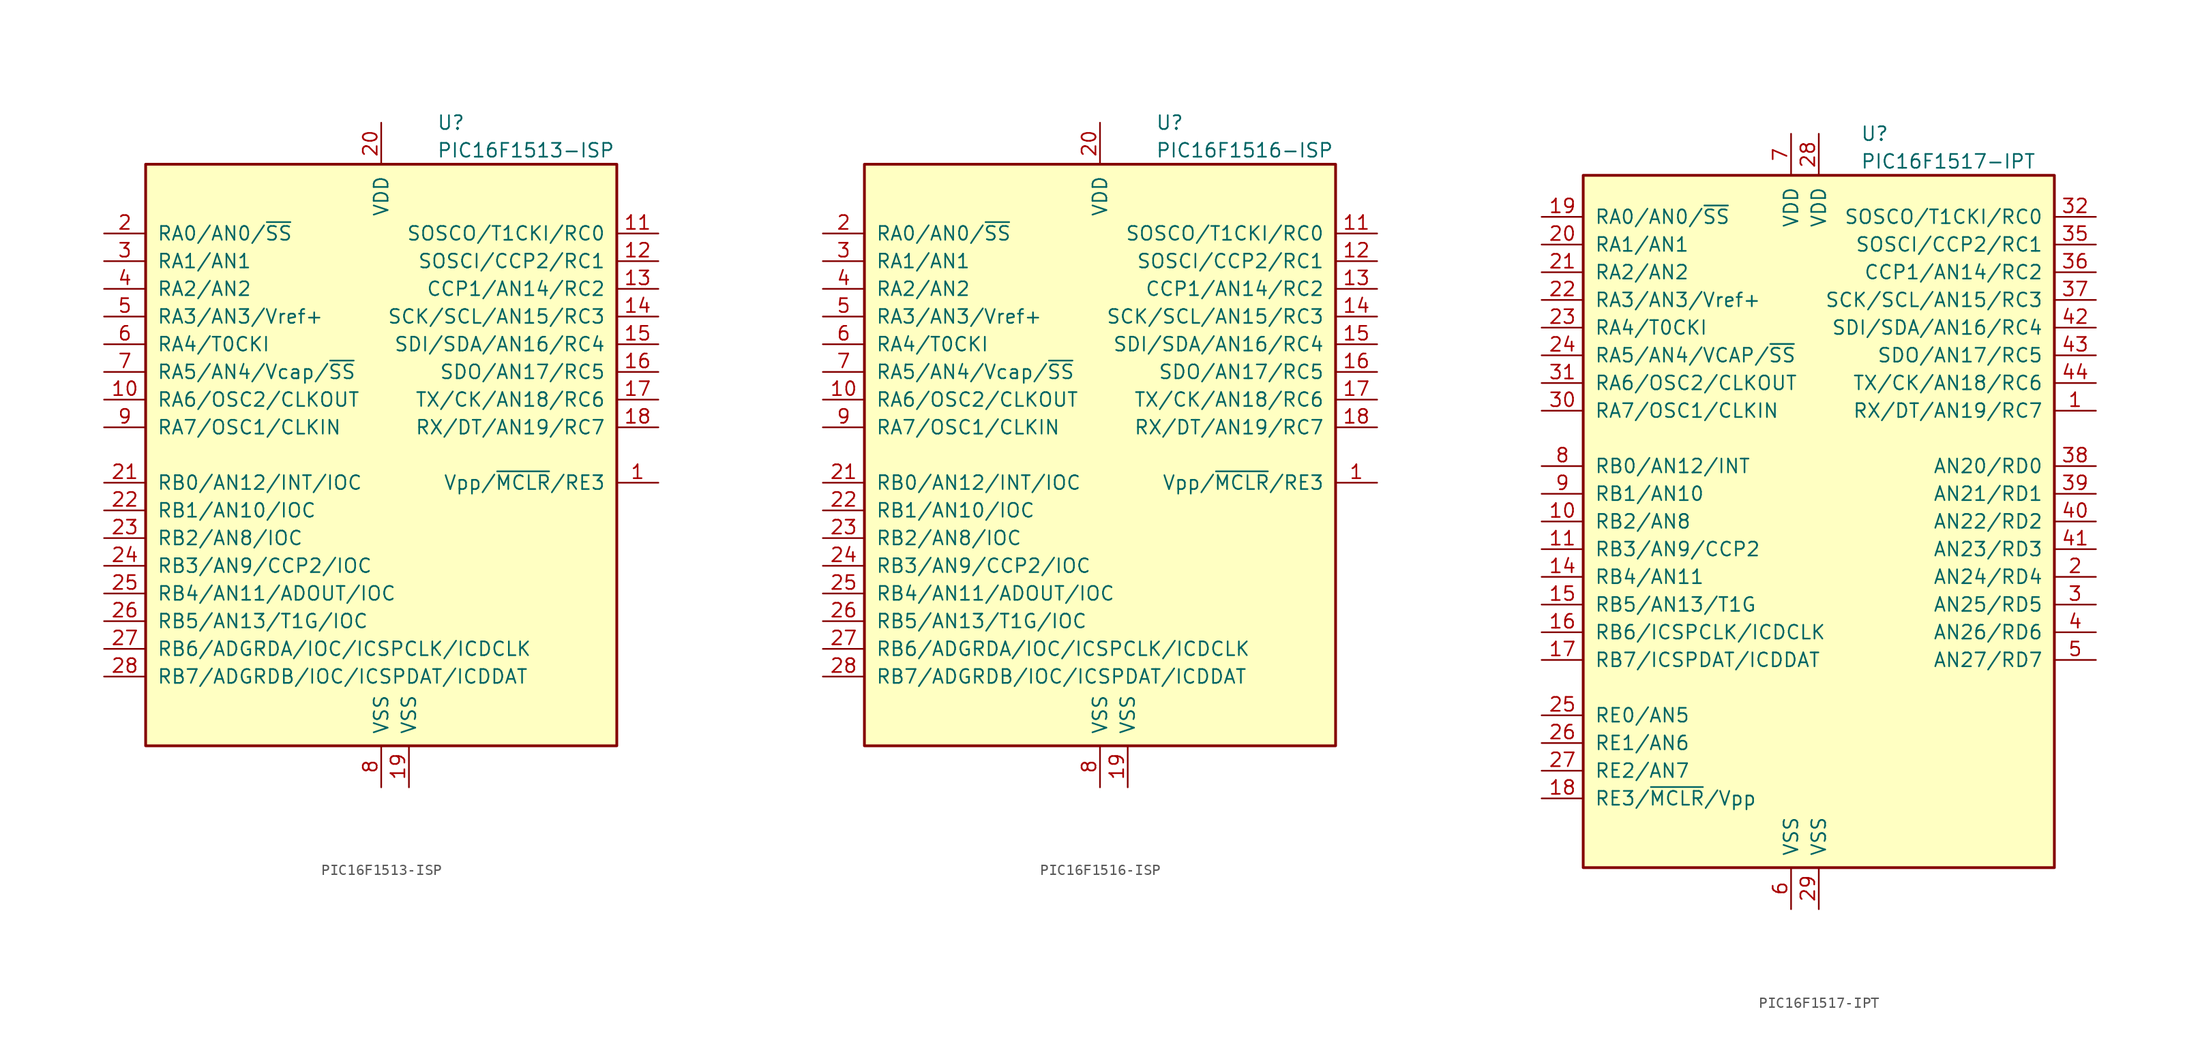
<source format=kicad_sym>
(kicad_symbol_lib
  (version 20211014)
  (generator kicad_symbol_editor)
  (symbol "PIC16F1513-ISP"
    (pin_names
      (offset 1.016))
    (property "Reference" "U"
      (at 5.08 30.48 0)
      (effects (font (size 1.27 1.27)) (justify left)))
    (property "Value" "PIC16F1513-ISP"
      (at 5.08 27.94 0)
      (effects (font (size 1.27 1.27)) (justify left)))
    (symbol "PIC16F1513-ISP_0_1"
      (rectangle (start -21.59 26.67) (end 21.59 -26.67) (stroke (width 0.254) (type default) (color 0 0 0 0)) (fill (type background))))
    (symbol "PIC16F1513-ISP_1_1"
      (pin input line (at 25.4 -2.54 180) (length 3.81) (name "Vpp/~{MCLR}/RE3" (effects (font (size 1.27 1.27)))) (number "1" (effects (font (size 1.27 1.27)))))
      (pin bidirectional line (at -25.4 5.08 0) (length 3.81) (name "RA6/OSC2/CLKOUT" (effects (font (size 1.27 1.27)))) (number "10" (effects (font (size 1.27 1.27)))))
      (pin bidirectional line (at 25.4 20.32 180) (length 3.81) (name "SOSCO/T1CKI/RC0" (effects (font (size 1.27 1.27)))) (number "11" (effects (font (size 1.27 1.27)))))
      (pin bidirectional line (at 25.4 17.78 180) (length 3.81) (name "SOSCI/CCP2/RC1" (effects (font (size 1.27 1.27)))) (number "12" (effects (font (size 1.27 1.27)))))
      (pin bidirectional line (at 25.4 15.24 180) (length 3.81) (name "CCP1/AN14/RC2" (effects (font (size 1.27 1.27)))) (number "13" (effects (font (size 1.27 1.27)))))
      (pin bidirectional line (at 25.4 12.7 180) (length 3.81) (name "SCK/SCL/AN15/RC3" (effects (font (size 1.27 1.27)))) (number "14" (effects (font (size 1.27 1.27)))))
      (pin bidirectional line (at 25.4 10.16 180) (length 3.81) (name "SDI/SDA/AN16/RC4" (effects (font (size 1.27 1.27)))) (number "15" (effects (font (size 1.27 1.27)))))
      (pin bidirectional line (at 25.4 7.62 180) (length 3.81) (name "SDO/AN17/RC5" (effects (font (size 1.27 1.27)))) (number "16" (effects (font (size 1.27 1.27)))))
      (pin bidirectional line (at 25.4 5.08 180) (length 3.81) (name "TX/CK/AN18/RC6" (effects (font (size 1.27 1.27)))) (number "17" (effects (font (size 1.27 1.27)))))
      (pin bidirectional line (at 25.4 2.54 180) (length 3.81) (name "RX/DT/AN19/RC7" (effects (font (size 1.27 1.27)))) (number "18" (effects (font (size 1.27 1.27)))))
      (pin power_in line (at 2.54 -30.48 90) (length 3.81) (name "VSS" (effects (font (size 1.27 1.27)))) (number "19" (effects (font (size 1.27 1.27)))))
      (pin bidirectional line (at -25.4 20.32 0) (length 3.81) (name "RA0/AN0/~{SS}" (effects (font (size 1.27 1.27)))) (number "2" (effects (font (size 1.27 1.27)))))
      (pin power_in line (at 0 30.48 270) (length 3.81) (name "VDD" (effects (font (size 1.27 1.27)))) (number "20" (effects (font (size 1.27 1.27)))))
      (pin bidirectional line (at -25.4 -2.54 0) (length 3.81) (name "RB0/AN12/INT/IOC" (effects (font (size 1.27 1.27)))) (number "21" (effects (font (size 1.27 1.27)))))
      (pin bidirectional line (at -25.4 -5.08 0) (length 3.81) (name "RB1/AN10/IOC" (effects (font (size 1.27 1.27)))) (number "22" (effects (font (size 1.27 1.27)))))
      (pin bidirectional line (at -25.4 -7.62 0) (length 3.81) (name "RB2/AN8/IOC" (effects (font (size 1.27 1.27)))) (number "23" (effects (font (size 1.27 1.27)))))
      (pin bidirectional line (at -25.4 -10.16 0) (length 3.81) (name "RB3/AN9/CCP2/IOC" (effects (font (size 1.27 1.27)))) (number "24" (effects (font (size 1.27 1.27)))))
      (pin bidirectional line (at -25.4 -12.7 0) (length 3.81) (name "RB4/AN11/ADOUT/IOC" (effects (font (size 1.27 1.27)))) (number "25" (effects (font (size 1.27 1.27)))))
      (pin bidirectional line (at -25.4 -15.24 0) (length 3.81) (name "RB5/AN13/T1G/IOC" (effects (font (size 1.27 1.27)))) (number "26" (effects (font (size 1.27 1.27)))))
      (pin bidirectional line (at -25.4 -17.78 0) (length 3.81) (name "RB6/ADGRDA/IOC/ICSPCLK/ICDCLK" (effects (font (size 1.27 1.27)))) (number "27" (effects (font (size 1.27 1.27)))))
      (pin bidirectional line (at -25.4 -20.32 0) (length 3.81) (name "RB7/ADGRDB/IOC/ICSPDAT/ICDDAT" (effects (font (size 1.27 1.27)))) (number "28" (effects (font (size 1.27 1.27)))))
      (pin bidirectional line (at -25.4 17.78 0) (length 3.81) (name "RA1/AN1" (effects (font (size 1.27 1.27)))) (number "3" (effects (font (size 1.27 1.27)))))
      (pin bidirectional line (at -25.4 15.24 0) (length 3.81) (name "RA2/AN2" (effects (font (size 1.27 1.27)))) (number "4" (effects (font (size 1.27 1.27)))))
      (pin bidirectional line (at -25.4 12.7 0) (length 3.81) (name "RA3/AN3/Vref+" (effects (font (size 1.27 1.27)))) (number "5" (effects (font (size 1.27 1.27)))))
      (pin bidirectional line (at -25.4 10.16 0) (length 3.81) (name "RA4/T0CKI" (effects (font (size 1.27 1.27)))) (number "6" (effects (font (size 1.27 1.27)))))
      (pin bidirectional line (at -25.4 7.62 0) (length 3.81) (name "RA5/AN4/Vcap/~{SS}" (effects (font (size 1.27 1.27)))) (number "7" (effects (font (size 1.27 1.27)))))
      (pin power_in line (at 0 -30.48 90) (length 3.81) (name "VSS" (effects (font (size 1.27 1.27)))) (number "8" (effects (font (size 1.27 1.27)))))
      (pin bidirectional line (at -25.4 2.54 0) (length 3.81) (name "RA7/OSC1/CLKIN" (effects (font (size 1.27 1.27)))) (number "9" (effects (font (size 1.27 1.27)))))))
  (symbol "PIC16F1516-ISP"
    (pin_names
      (offset 1.016))
    (property "Reference" "U"
      (at 5.08 30.48 0)
      (effects (font (size 1.27 1.27)) (justify left)))
    (property "Value" "PIC16F1516-ISP"
      (at 5.08 27.94 0)
      (effects (font (size 1.27 1.27)) (justify left)))
    (symbol "PIC16F1516-ISP_0_1"
      (rectangle (start -21.59 26.67) (end 21.59 -26.67) (stroke (width 0.254) (type default) (color 0 0 0 0)) (fill (type background))))
    (symbol "PIC16F1516-ISP_1_1"
      (pin input line (at 25.4 -2.54 180) (length 3.81) (name "Vpp/~{MCLR}/RE3" (effects (font (size 1.27 1.27)))) (number "1" (effects (font (size 1.27 1.27)))))
      (pin bidirectional line (at -25.4 5.08 0) (length 3.81) (name "RA6/OSC2/CLKOUT" (effects (font (size 1.27 1.27)))) (number "10" (effects (font (size 1.27 1.27)))))
      (pin bidirectional line (at 25.4 20.32 180) (length 3.81) (name "SOSCO/T1CKI/RC0" (effects (font (size 1.27 1.27)))) (number "11" (effects (font (size 1.27 1.27)))))
      (pin bidirectional line (at 25.4 17.78 180) (length 3.81) (name "SOSCI/CCP2/RC1" (effects (font (size 1.27 1.27)))) (number "12" (effects (font (size 1.27 1.27)))))
      (pin bidirectional line (at 25.4 15.24 180) (length 3.81) (name "CCP1/AN14/RC2" (effects (font (size 1.27 1.27)))) (number "13" (effects (font (size 1.27 1.27)))))
      (pin bidirectional line (at 25.4 12.7 180) (length 3.81) (name "SCK/SCL/AN15/RC3" (effects (font (size 1.27 1.27)))) (number "14" (effects (font (size 1.27 1.27)))))
      (pin bidirectional line (at 25.4 10.16 180) (length 3.81) (name "SDI/SDA/AN16/RC4" (effects (font (size 1.27 1.27)))) (number "15" (effects (font (size 1.27 1.27)))))
      (pin bidirectional line (at 25.4 7.62 180) (length 3.81) (name "SDO/AN17/RC5" (effects (font (size 1.27 1.27)))) (number "16" (effects (font (size 1.27 1.27)))))
      (pin bidirectional line (at 25.4 5.08 180) (length 3.81) (name "TX/CK/AN18/RC6" (effects (font (size 1.27 1.27)))) (number "17" (effects (font (size 1.27 1.27)))))
      (pin bidirectional line (at 25.4 2.54 180) (length 3.81) (name "RX/DT/AN19/RC7" (effects (font (size 1.27 1.27)))) (number "18" (effects (font (size 1.27 1.27)))))
      (pin power_in line (at 2.54 -30.48 90) (length 3.81) (name "VSS" (effects (font (size 1.27 1.27)))) (number "19" (effects (font (size 1.27 1.27)))))
      (pin bidirectional line (at -25.4 20.32 0) (length 3.81) (name "RA0/AN0/~{SS}" (effects (font (size 1.27 1.27)))) (number "2" (effects (font (size 1.27 1.27)))))
      (pin power_in line (at 0 30.48 270) (length 3.81) (name "VDD" (effects (font (size 1.27 1.27)))) (number "20" (effects (font (size 1.27 1.27)))))
      (pin bidirectional line (at -25.4 -2.54 0) (length 3.81) (name "RB0/AN12/INT/IOC" (effects (font (size 1.27 1.27)))) (number "21" (effects (font (size 1.27 1.27)))))
      (pin bidirectional line (at -25.4 -5.08 0) (length 3.81) (name "RB1/AN10/IOC" (effects (font (size 1.27 1.27)))) (number "22" (effects (font (size 1.27 1.27)))))
      (pin bidirectional line (at -25.4 -7.62 0) (length 3.81) (name "RB2/AN8/IOC" (effects (font (size 1.27 1.27)))) (number "23" (effects (font (size 1.27 1.27)))))
      (pin bidirectional line (at -25.4 -10.16 0) (length 3.81) (name "RB3/AN9/CCP2/IOC" (effects (font (size 1.27 1.27)))) (number "24" (effects (font (size 1.27 1.27)))))
      (pin bidirectional line (at -25.4 -12.7 0) (length 3.81) (name "RB4/AN11/ADOUT/IOC" (effects (font (size 1.27 1.27)))) (number "25" (effects (font (size 1.27 1.27)))))
      (pin bidirectional line (at -25.4 -15.24 0) (length 3.81) (name "RB5/AN13/T1G/IOC" (effects (font (size 1.27 1.27)))) (number "26" (effects (font (size 1.27 1.27)))))
      (pin bidirectional line (at -25.4 -17.78 0) (length 3.81) (name "RB6/ADGRDA/IOC/ICSPCLK/ICDCLK" (effects (font (size 1.27 1.27)))) (number "27" (effects (font (size 1.27 1.27)))))
      (pin bidirectional line (at -25.4 -20.32 0) (length 3.81) (name "RB7/ADGRDB/IOC/ICSPDAT/ICDDAT" (effects (font (size 1.27 1.27)))) (number "28" (effects (font (size 1.27 1.27)))))
      (pin bidirectional line (at -25.4 17.78 0) (length 3.81) (name "RA1/AN1" (effects (font (size 1.27 1.27)))) (number "3" (effects (font (size 1.27 1.27)))))
      (pin bidirectional line (at -25.4 15.24 0) (length 3.81) (name "RA2/AN2" (effects (font (size 1.27 1.27)))) (number "4" (effects (font (size 1.27 1.27)))))
      (pin bidirectional line (at -25.4 12.7 0) (length 3.81) (name "RA3/AN3/Vref+" (effects (font (size 1.27 1.27)))) (number "5" (effects (font (size 1.27 1.27)))))
      (pin bidirectional line (at -25.4 10.16 0) (length 3.81) (name "RA4/T0CKI" (effects (font (size 1.27 1.27)))) (number "6" (effects (font (size 1.27 1.27)))))
      (pin bidirectional line (at -25.4 7.62 0) (length 3.81) (name "RA5/AN4/Vcap/~{SS}" (effects (font (size 1.27 1.27)))) (number "7" (effects (font (size 1.27 1.27)))))
      (pin power_in line (at 0 -30.48 90) (length 3.81) (name "VSS" (effects (font (size 1.27 1.27)))) (number "8" (effects (font (size 1.27 1.27)))))
      (pin bidirectional line (at -25.4 2.54 0) (length 3.81) (name "RA7/OSC1/CLKIN" (effects (font (size 1.27 1.27)))) (number "9" (effects (font (size 1.27 1.27)))))))
  (symbol "PIC16F1517-IPT"
    (pin_names
      (offset 1.016))
    (property "Reference" "U"
      (at 3.81 35.56 0)
      (effects (font (size 1.27 1.27)) (justify left)))
    (property "Value" "PIC16F1517-IPT"
      (at 3.81 33.02 0)
      (effects (font (size 1.27 1.27)) (justify left)))
    (symbol "PIC16F1517-IPT_0_1"
      (rectangle (start -21.59 31.75) (end 21.59 -31.75) (stroke (width 0.254) (type default) (color 0 0 0 0)) (fill (type background))))
    (symbol "PIC16F1517-IPT_1_1"
      (pin bidirectional line (at 25.4 10.16 180) (length 3.81) (name "RX/DT/AN19/RC7" (effects (font (size 1.27 1.27)))) (number "1" (effects (font (size 1.27 1.27)))))
      (pin bidirectional line (at -25.4 0 0) (length 3.81) (name "RB2/AN8" (effects (font (size 1.27 1.27)))) (number "10" (effects (font (size 1.27 1.27)))))
      (pin bidirectional line (at -25.4 -2.54 0) (length 3.81) (name "RB3/AN9/CCP2" (effects (font (size 1.27 1.27)))) (number "11" (effects (font (size 1.27 1.27)))))
      (pin bidirectional line (at -25.4 -5.08 0) (length 3.81) (name "RB4/AN11" (effects (font (size 1.27 1.27)))) (number "14" (effects (font (size 1.27 1.27)))))
      (pin bidirectional line (at -25.4 -7.62 0) (length 3.81) (name "RB5/AN13/T1G" (effects (font (size 1.27 1.27)))) (number "15" (effects (font (size 1.27 1.27)))))
      (pin bidirectional line (at -25.4 -10.16 0) (length 3.81) (name "RB6/ICSPCLK/ICDCLK" (effects (font (size 1.27 1.27)))) (number "16" (effects (font (size 1.27 1.27)))))
      (pin bidirectional line (at -25.4 -12.7 0) (length 3.81) (name "RB7/ICSPDAT/ICDDAT" (effects (font (size 1.27 1.27)))) (number "17" (effects (font (size 1.27 1.27)))))
      (pin input line (at -25.4 -25.4 0) (length 3.81) (name "RE3/~{MCLR}/Vpp" (effects (font (size 1.27 1.27)))) (number "18" (effects (font (size 1.27 1.27)))))
      (pin bidirectional line (at -25.4 27.94 0) (length 3.81) (name "RA0/AN0/~{SS}" (effects (font (size 1.27 1.27)))) (number "19" (effects (font (size 1.27 1.27)))))
      (pin bidirectional line (at 25.4 -5.08 180) (length 3.81) (name "AN24/RD4" (effects (font (size 1.27 1.27)))) (number "2" (effects (font (size 1.27 1.27)))))
      (pin bidirectional line (at -25.4 25.4 0) (length 3.81) (name "RA1/AN1" (effects (font (size 1.27 1.27)))) (number "20" (effects (font (size 1.27 1.27)))))
      (pin bidirectional line (at -25.4 22.86 0) (length 3.81) (name "RA2/AN2" (effects (font (size 1.27 1.27)))) (number "21" (effects (font (size 1.27 1.27)))))
      (pin bidirectional line (at -25.4 20.32 0) (length 3.81) (name "RA3/AN3/Vref+" (effects (font (size 1.27 1.27)))) (number "22" (effects (font (size 1.27 1.27)))))
      (pin bidirectional line (at -25.4 17.78 0) (length 3.81) (name "RA4/T0CKI" (effects (font (size 1.27 1.27)))) (number "23" (effects (font (size 1.27 1.27)))))
      (pin bidirectional line (at -25.4 15.24 0) (length 3.81) (name "RA5/AN4/VCAP/~{SS}" (effects (font (size 1.27 1.27)))) (number "24" (effects (font (size 1.27 1.27)))))
      (pin bidirectional line (at -25.4 -17.78 0) (length 3.81) (name "RE0/AN5" (effects (font (size 1.27 1.27)))) (number "25" (effects (font (size 1.27 1.27)))))
      (pin bidirectional line (at -25.4 -20.32 0) (length 3.81) (name "RE1/AN6" (effects (font (size 1.27 1.27)))) (number "26" (effects (font (size 1.27 1.27)))))
      (pin bidirectional line (at -25.4 -22.86 0) (length 3.81) (name "RE2/AN7" (effects (font (size 1.27 1.27)))) (number "27" (effects (font (size 1.27 1.27)))))
      (pin power_in line (at 0 35.56 270) (length 3.81) (name "VDD" (effects (font (size 1.27 1.27)))) (number "28" (effects (font (size 1.27 1.27)))))
      (pin power_in line (at 0 -35.56 90) (length 3.81) (name "VSS" (effects (font (size 1.27 1.27)))) (number "29" (effects (font (size 1.27 1.27)))))
      (pin bidirectional line (at 25.4 -7.62 180) (length 3.81) (name "AN25/RD5" (effects (font (size 1.27 1.27)))) (number "3" (effects (font (size 1.27 1.27)))))
      (pin bidirectional line (at -25.4 10.16 0) (length 3.81) (name "RA7/OSC1/CLKIN" (effects (font (size 1.27 1.27)))) (number "30" (effects (font (size 1.27 1.27)))))
      (pin bidirectional line (at -25.4 12.7 0) (length 3.81) (name "RA6/OSC2/CLKOUT" (effects (font (size 1.27 1.27)))) (number "31" (effects (font (size 1.27 1.27)))))
      (pin bidirectional line (at 25.4 27.94 180) (length 3.81) (name "SOSCO/T1CKI/RC0" (effects (font (size 1.27 1.27)))) (number "32" (effects (font (size 1.27 1.27)))))
      (pin bidirectional line (at 25.4 25.4 180) (length 3.81) (name "SOSCI/CCP2/RC1" (effects (font (size 1.27 1.27)))) (number "35" (effects (font (size 1.27 1.27)))))
      (pin bidirectional line (at 25.4 22.86 180) (length 3.81) (name "CCP1/AN14/RC2" (effects (font (size 1.27 1.27)))) (number "36" (effects (font (size 1.27 1.27)))))
      (pin bidirectional line (at 25.4 20.32 180) (length 3.81) (name "SCK/SCL/AN15/RC3" (effects (font (size 1.27 1.27)))) (number "37" (effects (font (size 1.27 1.27)))))
      (pin bidirectional line (at 25.4 5.08 180) (length 3.81) (name "AN20/RD0" (effects (font (size 1.27 1.27)))) (number "38" (effects (font (size 1.27 1.27)))))
      (pin bidirectional line (at 25.4 2.54 180) (length 3.81) (name "AN21/RD1" (effects (font (size 1.27 1.27)))) (number "39" (effects (font (size 1.27 1.27)))))
      (pin bidirectional line (at 25.4 -10.16 180) (length 3.81) (name "AN26/RD6" (effects (font (size 1.27 1.27)))) (number "4" (effects (font (size 1.27 1.27)))))
      (pin bidirectional line (at 25.4 0 180) (length 3.81) (name "AN22/RD2" (effects (font (size 1.27 1.27)))) (number "40" (effects (font (size 1.27 1.27)))))
      (pin bidirectional line (at 25.4 -2.54 180) (length 3.81) (name "AN23/RD3" (effects (font (size 1.27 1.27)))) (number "41" (effects (font (size 1.27 1.27)))))
      (pin bidirectional line (at 25.4 17.78 180) (length 3.81) (name "SDI/SDA/AN16/RC4" (effects (font (size 1.27 1.27)))) (number "42" (effects (font (size 1.27 1.27)))))
      (pin bidirectional line (at 25.4 15.24 180) (length 3.81) (name "SDO/AN17/RC5" (effects (font (size 1.27 1.27)))) (number "43" (effects (font (size 1.27 1.27)))))
      (pin bidirectional line (at 25.4 12.7 180) (length 3.81) (name "TX/CK/AN18/RC6" (effects (font (size 1.27 1.27)))) (number "44" (effects (font (size 1.27 1.27)))))
      (pin bidirectional line (at 25.4 -12.7 180) (length 3.81) (name "AN27/RD7" (effects (font (size 1.27 1.27)))) (number "5" (effects (font (size 1.27 1.27)))))
      (pin power_in line (at -2.54 -35.56 90) (length 3.81) (name "VSS" (effects (font (size 1.27 1.27)))) (number "6" (effects (font (size 1.27 1.27)))))
      (pin power_in line (at -2.54 35.56 270) (length 3.81) (name "VDD" (effects (font (size 1.27 1.27)))) (number "7" (effects (font (size 1.27 1.27)))))
      (pin bidirectional line (at -25.4 5.08 0) (length 3.81) (name "RB0/AN12/INT" (effects (font (size 1.27 1.27)))) (number "8" (effects (font (size 1.27 1.27)))))
      (pin bidirectional line (at -25.4 2.54 0) (length 3.81) (name "RB1/AN10" (effects (font (size 1.27 1.27)))) (number "9" (effects (font (size 1.27 1.27))))))))
</source>
